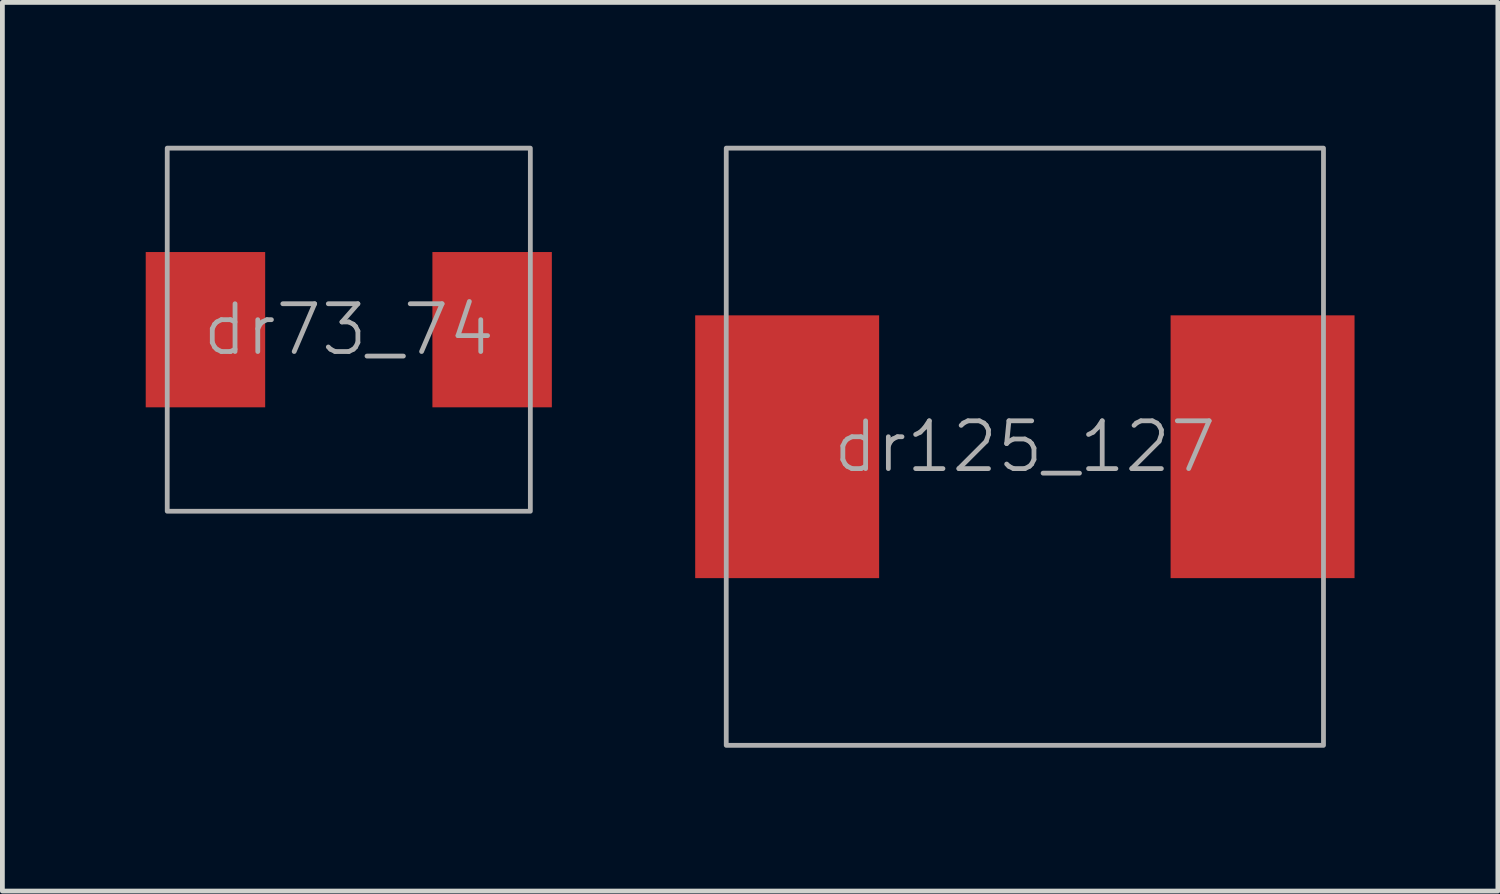
<source format=kicad_pcb>
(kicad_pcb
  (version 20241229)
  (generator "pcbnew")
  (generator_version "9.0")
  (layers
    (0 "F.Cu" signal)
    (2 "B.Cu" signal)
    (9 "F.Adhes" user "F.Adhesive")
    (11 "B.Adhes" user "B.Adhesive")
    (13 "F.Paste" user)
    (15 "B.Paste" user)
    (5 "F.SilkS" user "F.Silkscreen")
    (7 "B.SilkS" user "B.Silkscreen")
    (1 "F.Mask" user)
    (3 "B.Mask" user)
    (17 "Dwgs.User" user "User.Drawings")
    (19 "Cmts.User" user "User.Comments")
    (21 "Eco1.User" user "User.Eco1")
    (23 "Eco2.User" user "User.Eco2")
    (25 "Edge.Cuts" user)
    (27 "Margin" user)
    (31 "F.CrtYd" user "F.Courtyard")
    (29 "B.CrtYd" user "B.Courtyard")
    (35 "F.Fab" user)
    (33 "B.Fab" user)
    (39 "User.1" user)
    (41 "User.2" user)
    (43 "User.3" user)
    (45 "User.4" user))
  (footprint "dr73_74"
    (layer "F.Cu")
    (at 4.25 3.85)
    (property "Reference" "dr73_74" (at 0 0 0) (unlocked yes) (layer "F.Fab") (effects (font (size 1 1) (thickness 0.1))))
    (attr smd)
    (fp_rect (start -3.8 3.8) (end 3.8 -3.8) (stroke (width 0.1) (type default)) (fill no) (layer "F.Fab"))
    (pad "1" smd rect (at -3 0) (size 2.5 3.25) (layers "F.Cu" "F.Mask" "F.Paste"))
    (pad "2" smd rect (at 3 0) (size 2.5 3.25) (layers "F.Cu" "F.Mask" "F.Paste")))
  (footprint "dr125_127"
    (layer "F.Cu")
    (at 18.4 6.3)
    (property "Reference" "dr125_127" (at 0 0 0) (unlocked yes) (layer "F.Fab") (effects (font (size 1 1) (thickness 0.1))))
    (attr smd)
    (fp_rect (start -6.25 6.25) (end 6.25 -6.25) (stroke (width 0.1) (type default)) (fill no) (layer "F.Fab"))
    (pad "1" smd rect (at -4.975 0) (size 3.85 5.5) (layers "F.Cu" "F.Mask" "F.Paste"))
    (pad "2" smd rect (at 4.975 0) (size 3.85 5.5) (layers "F.Cu" "F.Mask" "F.Paste")))
  (gr_rect
    (start -3 -3)
    (end 28.3 15.6)
    (stroke (width 0.1) (type default))
    (fill no)
    (layer "Edge.Cuts")))
</source>
